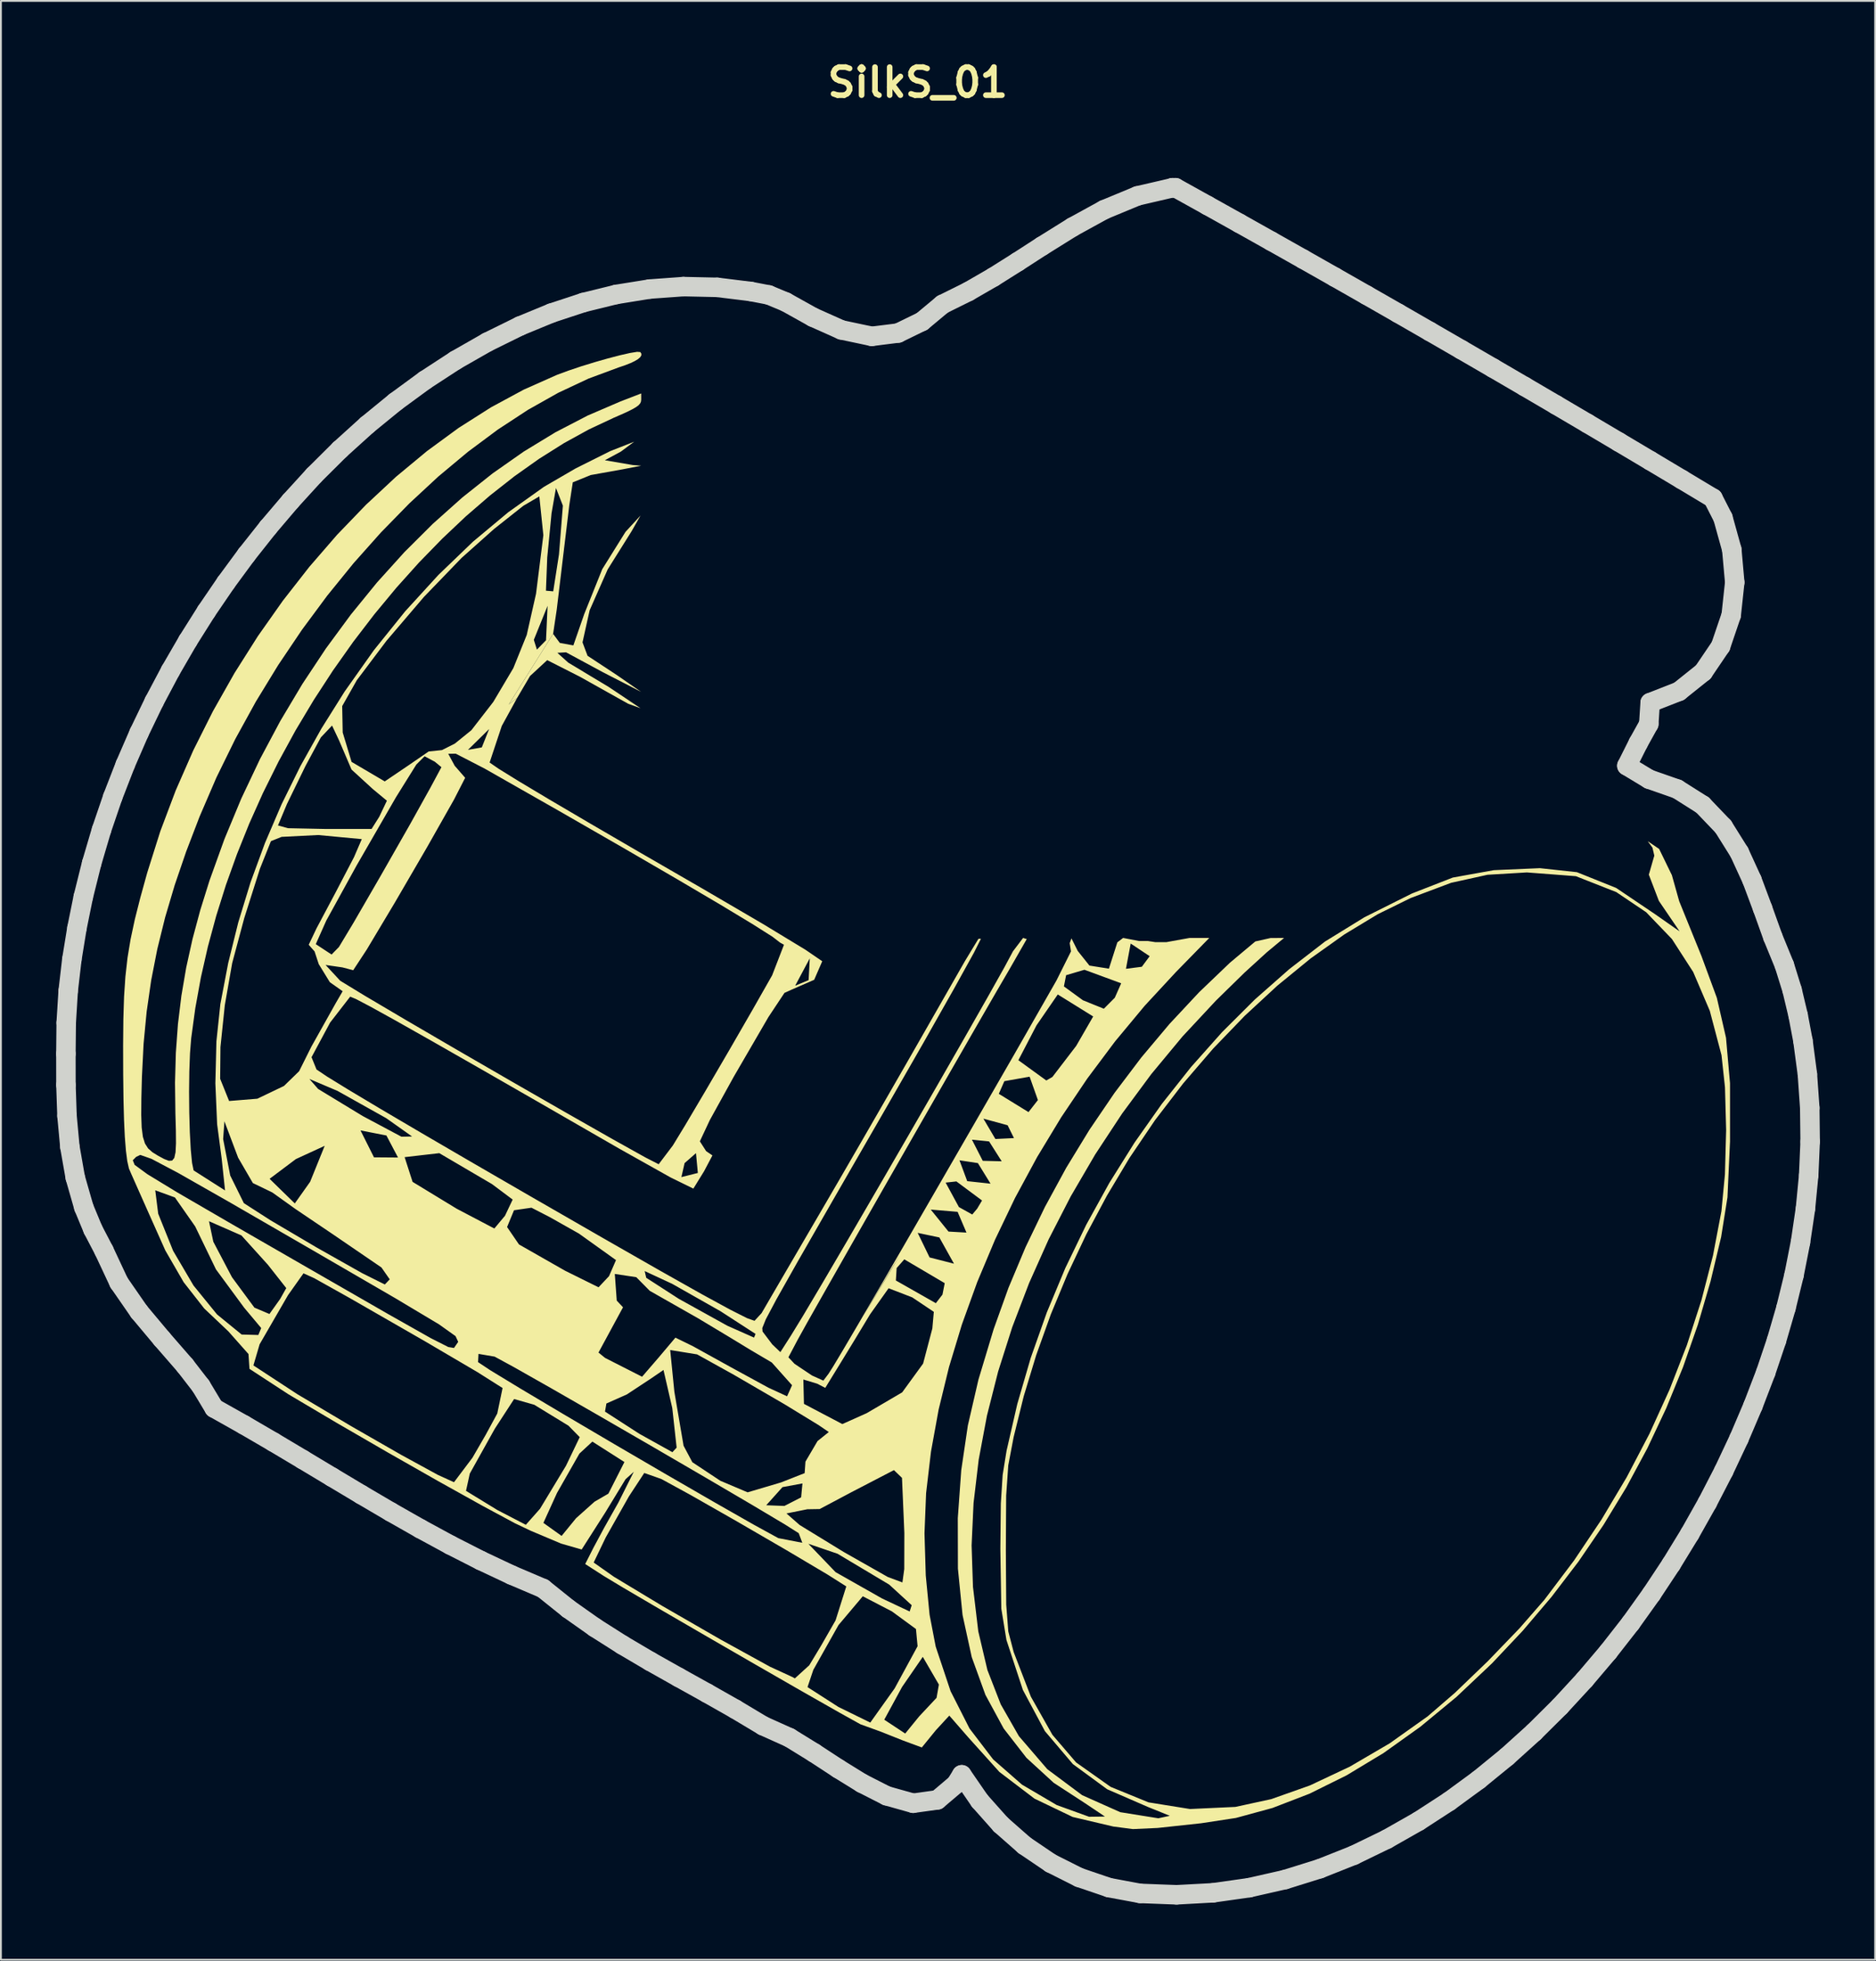
<source format=kicad_pcb>
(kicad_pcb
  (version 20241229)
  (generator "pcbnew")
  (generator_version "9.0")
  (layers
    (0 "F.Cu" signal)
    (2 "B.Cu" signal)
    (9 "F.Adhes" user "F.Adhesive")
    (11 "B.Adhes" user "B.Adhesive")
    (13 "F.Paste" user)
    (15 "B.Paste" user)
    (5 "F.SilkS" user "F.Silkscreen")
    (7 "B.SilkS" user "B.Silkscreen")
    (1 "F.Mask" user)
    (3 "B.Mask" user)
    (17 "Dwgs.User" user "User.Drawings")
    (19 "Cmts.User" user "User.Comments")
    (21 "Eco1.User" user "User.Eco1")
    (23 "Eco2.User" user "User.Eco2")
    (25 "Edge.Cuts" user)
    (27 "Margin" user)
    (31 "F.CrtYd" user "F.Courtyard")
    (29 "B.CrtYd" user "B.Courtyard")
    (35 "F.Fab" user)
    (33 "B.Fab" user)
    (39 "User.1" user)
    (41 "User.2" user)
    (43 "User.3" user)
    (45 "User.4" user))
  (footprint "SilkS_01"
    (layer "F.Cu")
    (at 46.789 52.149)
    (property "Reference" "SilkS_01" (at 0 -50.722 0) (layer "F.SilkS") (effects (font (size 1.524 1.524) (thickness 0.305))))
    (attr smd)
    (fp_poly (pts (xy 10.623 43.964) (xy 17.25 42.899) (xy 19.197 42.476) (xy 21.298 41.733) (xy 23.47 40.71) (xy 25.63 39.447) (xy 27.693 37.982) (xy 29.174 36.704) (xy 30.945 35.002) (xy 32.675 33.208) (xy 34.029 31.657) (xy 35.643 29.518) (xy 37.137 27.292) (xy 38.504 24.995) (xy 39.736 22.641) (xy 40.828 20.246) (xy 41.771 17.825) (xy 42.56 15.393) (xy 43.187 12.965) (xy 43.646 10.556) (xy 43.837 8.554) (xy 43.902 6.149) (xy 43.839 3.83) (xy 43.65 2.084) (xy 43.015 -0.321) (xy 42.113 -2.429) (xy 40.957 -4.22) (xy 39.561 -5.673) (xy 37.937 -6.767) (xy 35.744 -7.63) (xy 33.079 -7.835) (xy 30.944 -7.707) (xy 28.968 -7.272) (xy 26.773 -6.446) (xy 24.984 -5.567) (xy 23.166 -4.467) (xy 21.341 -3.168) (xy 19.532 -1.689) (xy 17.76 -0.052) (xy 16.048 1.724) (xy 14.418 3.618) (xy 12.891 5.609) (xy 11.491 7.678) (xy 10.276 9.71) (xy 9.155 11.811) (xy 8.137 13.967) (xy 7.226 16.161) (xy 6.431 18.379) (xy 5.756 20.604) (xy 5.208 22.822) (xy 4.916 24.355) (xy 4.803 25.995) (xy 4.786 28.951) (xy 4.806 31.917) (xy 4.917 33.369) (xy 5.21 34.489) (xy 6.145 36.916) (xy 7.314 38.984) (xy 8.6 40.483) (xy 10.474 41.809) (xy 12.532 42.651) (xy 14.786 43.013) (xy 17.25 42.899) (xy 17.25 42.899) (xy 10.623 43.964) (xy 8.413 43.444) (xy 6.338 42.448) (xy 4.436 41.001) (xy 1.022 36.977) (xy 1.149 36.257) (xy 0.275 34.752) (xy -0.849 36.383) (xy -1.818 38.164) (xy -0.68 38.915) (xy 0.078 37.984) (xy 1.022 36.977) (xy 4.436 41.001) (xy 2.75 39.129) (xy -0.008 34.174) (xy -0.096 33.24) (xy -1.405 32.282) (xy -2.984 31.463) (xy -4.301 33.024) (xy -5.67 35.457) (xy -5.985 36.394) (xy -4.308 37.471) (xy -2.577 38.32) (xy -1.252 36.461) (xy -0.008 34.174) (xy 2.75 39.129) (xy -0.328 31.947) (xy -1.548 30.83) (xy -4.351 29.156) (xy -5.94 28.613) (xy -4.462 30.152) (xy -1.94 31.581) (xy -0.438 32.289) (xy -0.328 31.947) (xy 2.75 39.129) (xy -0.832 30.712) (xy -0.732 29.985) (xy -0.727 28.026) (xy -0.855 25.035) (xy -1.292 24.614) (xy -3.598 25.811) (xy -5.325 26.728) (xy -5.997 26.739) (xy -7.129 26.966) (xy -6.411 27.595) (xy -4.018 29.059) (xy -1.627 30.415) (xy -0.832 30.712) (xy 2.75 39.129) (xy 1.715 37.941) (xy 0.984 38.735) (xy 0.222 39.671) (xy -0.828 39.283) (xy -2.007 38.813) (xy -10.713 33.807) (xy -8.027 35.285) (xy -6.811 35.845) (xy -6.673 35.921) (xy -5.89 35.208) (xy -5.242 34.133) (xy -4.462 32.772) (xy -3.88 30.928) (xy -4.895 30.285) (xy -7.115 28.968) (xy -9.832 27.391) (xy -12.338 25.963) (xy -13.924 25.096) (xy -14.851 24.769) (xy -15.681 26.034) (xy -16.945 28.271) (xy -17.598 29.631) (xy -16.499 30.404) (xy -13.871 31.988) (xy -10.713 33.807) (xy -2.007 38.813) (xy -3.109 38.414) (xy -4.254 37.777) (xy -6.282 36.624) (xy -8.83 35.16) (xy -11.539 33.595) (xy -14.05 32.137) (xy -16.001 30.993) (xy -17.032 30.372) (xy -18.058 29.712) (xy -17.616 28.838) (xy -17.034 27.754) (xy -16.257 26.374) (xy -15.42 24.705) (xy -16.486 23.198) (xy -13.649 24.853) (xy -11.017 26.373) (xy -8.892 27.583) (xy -7.572 28.306) (xy -6.268 28.559) (xy -6.463 28.038) (xy -7.206 27.568) (xy -8.993 26.503) (xy -11.491 25.037) (xy -14.366 23.363) (xy -17.286 21.674) (xy -19.916 20.163) (xy -21.925 19.025) (xy -22.979 18.452) (xy -23.853 18.304) (xy -23.878 18.751) (xy -23.224 19.185) (xy -21.574 20.188) (xy -19.227 21.584) (xy -16.486 23.198) (xy -15.42 24.705) (xy -16.8 25.892) (xy -15.929 24.175) (xy -17.669 23.066) (xy -18.372 23.716) (xy -19.591 25.855) (xy -20.329 27.479) (xy -19.34 28.186) (xy -18.555 27.225) (xy -17.551 26.328) (xy -16.8 25.892) (xy -15.42 24.705) (xy -15.867 25.108) (xy -16.973 26.922) (xy -18.251 28.924) (xy -21.283 27.583) (xy -20.513 26.713) (xy -19.1 24.374) (xy -18.356 22.824) (xy -18.967 22.202) (xy -20.825 21.066) (xy -21.919 20.755) (xy -22.968 22.368) (xy -24.326 24.802) (xy -24.532 25.739) (xy -22.832 26.779) (xy -21.283 27.583) (xy -18.251 28.924) (xy -19.371 28.601) (xy -21.019 27.905) (xy -30.73 22.249) (xy -28.046 23.788) (xy -26.055 24.875) (xy -25.184 25.271) (xy -24.182 23.942) (xy -23.467 22.706) (xy -22.834 21.541) (xy -22.546 20.157) (xy -23.907 19.296) (xy -26.777 17.61) (xy -30.831 15.281) (xy -32.77 14.196) (xy -33.357 13.93) (xy -34.196 15.113) (xy -35.74 17.782) (xy -36.077 18.93) (xy -33.681 20.498) (xy -30.73 22.249) (xy -21.019 27.905) (xy -21.87 27.501) (xy -23.631 26.554) (xy -26.024 25.222) (xy -28.765 23.663) (xy -31.576 22.036) (xy -34.173 20.498) (xy -36.29 19.116) (xy -35.653 16.901) (xy -36.578 15.798) (xy -38.111 13.716) (xy -39.24 11.383) (xy -40.339 9.812) (xy -41.407 9.422) (xy -41.249 10.691) (xy -40.436 12.711) (xy -39.33 14.592) (xy -38.05 16.164) (xy -36.715 17.253) (xy -35.81 17.278) (xy -35.81 17.278) (xy -35.653 16.901) (xy -36.29 19.116) (xy -35.207 16.138) (xy -34.624 15.32) (xy -34.293 14.732) (xy -35.292 13.463) (xy -36.727 11.873) (xy -38.489 11.101) (xy -38.255 12.214) (xy -37.242 14.14) (xy -36.022 15.793) (xy -35.207 16.138) (xy -36.29 19.116) (xy -36.345 18.312) (xy -37.44 17.077) (xy -38.75 15.837) (xy -39.865 14.412) (xy -42.528 8.04) (xy -41.833 8.55) (xy -40.234 9.523) (xy -37.417 11.16) (xy -33.074 13.661) (xy -28.734 16.157) (xy -26.442 17.451) (xy -25.494 17.931) (xy -25.184 17.982) (xy -24.956 17.651) (xy -25.1 17.339) (xy -26.002 16.697) (xy -28.373 15.28) (xy -32.922 12.641) (xy -37.419 10.042) (xy -40.165 8.48) (xy -41.614 7.714) (xy -42.221 7.502) (xy -42.442 7.605) (xy -42.627 7.792) (xy -42.528 8.04) (xy -39.865 14.412) (xy -40.86 12.69) (xy -41.809 10.563) (xy -42.729 8.492) (xy -42.836 8.242) (xy -42.927 7.839) (xy -43.001 7.272) (xy -43.06 6.529) (xy -10.718 25.193) (xy -9.238 25.82) (xy -7.417 25.28) (xy -6.142 24.778) (xy -6.097 24.152) (xy -5.441 23.036) (xy -4.83 22.546) (xy -5.386 22.168) (xy -7.229 21.042) (xy -9.991 19.436) (xy -11.982 18.331) (xy -13.443 18.094) (xy -13.216 20.363) (xy -12.717 23.289) (xy -12.24 24.185) (xy -10.718 25.193) (xy -43.06 6.529) (xy -15.118 22.642) (xy -13.323 23.64) (xy -13.093 23.392) (xy -13.33 21.246) (xy -13.807 19.177) (xy -14.466 19.628) (xy -15.795 20.504) (xy -16.908 20.998) (xy -16.984 21.436) (xy -15.118 22.642) (xy -43.06 6.529) (xy -35.144 11.053) (xy -32.614 12.544) (xy -30.161 13.927) (xy -28.939 14.536) (xy -28.674 14.257) (xy -29.124 13.612) (xy -31.756 11.814) (xy -33.776 10.451) (xy -35.052 9.539) (xy -36.106 9.03) (xy -36.908 7.65) (xy -37.652 5.677) (xy -37.721 6.642) (xy -37.337 8.619) (xy -36.595 10.121) (xy -35.144 11.053) (xy -43.06 6.529) (xy -43.104 5.598) (xy -43.133 4.469) (xy -43.149 3.128) (xy -43.153 1.564) (xy -43.14 0.139) (xy -43.102 -1.09) (xy -43.029 -2.184) (xy -42.913 -3.207) (xy -42.745 -4.219) (xy -42.517 -5.284) (xy -42.219 -6.463) (xy -41.844 -7.819) (xy -41.134 -10.067) (xy -40.297 -12.285) (xy -39.341 -14.463) (xy -38.273 -16.591) (xy -37.102 -18.661) (xy -35.834 -20.663) (xy -34.478 -22.586) (xy -33.042 -24.423) (xy -31.534 -26.164) (xy -29.96 -27.798) (xy -28.33 -29.317) (xy -26.65 -30.71) (xy -24.929 -31.97) (xy -23.174 -33.085) (xy -21.393 -34.047) (xy -19.594 -34.847) (xy -18.977 -35.075) (xy -18.277 -35.31) (xy -17.543 -35.536) (xy -16.824 -35.741) (xy -16.168 -35.912) (xy -15.623 -36.036) (xy -15.24 -36.098) (xy -15.065 -36.086) (xy -15.009 -35.997) (xy -15.011 -35.903) (xy -15.073 -35.805) (xy -15.192 -35.702) (xy -15.371 -35.594) (xy -15.607 -35.483) (xy -15.9 -35.367) (xy -16.252 -35.248) (xy -17.879 -34.645) (xy -19.519 -33.876) (xy -21.163 -32.951) (xy -22.803 -31.878) (xy -24.43 -30.667) (xy -26.036 -29.327) (xy -27.611 -27.867) (xy -29.147 -26.296) (xy -30.636 -24.625) (xy -32.068 -22.861) (xy -33.436 -21.014) (xy -34.73 -19.094) (xy -35.943 -17.11) (xy -37.064 -15.071) (xy -38.087 -12.986) (xy -39.001 -10.864) (xy -39.73 -8.964) (xy -40.351 -7.149) (xy -40.871 -5.396) (xy -41.295 -3.681) (xy -41.628 -1.982) (xy -41.875 -0.275) (xy -42.041 1.465) (xy -42.132 3.26) (xy -42.162 4.427) (xy -42.169 5.332) (xy -42.145 6.016) (xy -42.08 6.519) (xy -41.966 6.883) (xy -41.796 7.149) (xy -41.561 7.357) (xy -41.251 7.548) (xy -40.919 7.726) (xy -40.669 7.822) (xy -40.49 7.809) (xy -40.373 7.663) (xy -40.307 7.36) (xy -40.282 6.874) (xy -40.288 6.18) (xy -40.314 5.254) (xy -40.335 3.578) (xy -40.29 1.965) (xy -40.175 0.398) (xy -39.988 -1.142) (xy -39.726 -2.673) (xy -39.386 -4.212) (xy -38.966 -5.778) (xy -38.463 -7.389) (xy -37.651 -9.643) (xy -36.735 -11.846) (xy -35.72 -13.988) (xy -34.612 -16.065) (xy -33.416 -18.069) (xy -32.139 -19.994) (xy -30.786 -21.832) (xy -29.363 -23.578) (xy -27.876 -25.224) (xy -26.329 -26.765) (xy -24.73 -28.192) (xy -23.084 -29.5) (xy -21.396 -30.683) (xy -19.672 -31.732) (xy -17.918 -32.642) (xy -16.139 -33.406) (xy -15.999 -33.46) (xy -15.859 -33.514) (xy -15.719 -33.568) (xy -15.579 -33.622) (xy -15.439 -33.676) (xy -15.299 -33.73) (xy -15.158 -33.784) (xy -15.018 -33.838) (xy -15.018 -33.795) (xy -15.018 -33.752) (xy -15.018 -33.709) (xy -15.018 -33.667) (xy -15.018 -33.624) (xy -15.018 -33.581) (xy -15.018 -33.539) (xy -15.018 -33.496) (xy -15.031 -33.393) (xy -15.075 -33.297) (xy -15.159 -33.201) (xy -15.294 -33.099) (xy -15.488 -32.986) (xy -15.751 -32.854) (xy -16.092 -32.699) (xy -16.52 -32.513) (xy -17.865 -31.882) (xy -19.213 -31.14) (xy -20.56 -30.292) (xy -21.9 -29.343) (xy -23.228 -28.299) (xy -24.54 -27.166) (xy -25.828 -25.949) (xy -27.089 -24.654) (xy -28.318 -23.285) (xy -29.508 -21.85) (xy -30.656 -20.353) (xy -31.755 -18.8) (xy -32.8 -17.196) (xy -33.787 -15.548) (xy -34.709 -13.86) (xy -35.563 -12.138) (xy -36.303 -10.486) (xy -36.972 -8.822) (xy -37.571 -7.151) (xy -38.097 -5.477) (xy -38.55 -3.804) (xy -38.929 -2.136) (xy -39.231 -0.477) (xy -39.456 1.169) (xy -39.52 1.972) (xy -39.558 2.968) (xy -39.571 4.073) (xy -39.561 5.204) (xy -39.53 6.279) (xy -39.479 7.216) (xy -39.41 7.931) (xy -39.324 8.343) (xy -37.618 9.43) (xy -37.883 3.369) (xy -37.397 4.575) (xy -35.863 4.45) (xy -34.419 3.759) (xy -33.595 2.958) (xy -32.928 1.621) (xy -31.602 -0.745) (xy -31.23 -1.385) (xy -31.926 -1.875) (xy -32.529 -2.856) (xy -32.755 -3.545) (xy -33.074 -3.907) (xy -32.65 -4.798) (xy -31.632 -6.713) (xy -30.614 -8.664) (xy -30.191 -9.643) (xy -32.56 -9.865) (xy -34.547 -9.765) (xy -35.126 -9.532) (xy -35.723 -8.037) (xy -36.572 -5.364) (xy -37.23 -2.912) (xy -37.63 -0.631) (xy -37.867 1.648) (xy -37.883 3.369) (xy -37.618 9.43) (xy -37.8 7.703) (xy -38.047 5.837) (xy -33.037 3.378) (xy -32.562 3.921) (xy -30.145 5.389) (xy -28.038 6.513) (xy -27.46 6.501) (xy -28.863 5.508) (xy -31.505 4.029) (xy -33.037 3.378) (xy -38.047 5.837) (xy -38.143 3.612) (xy -35.198 8.799) (xy -33.83 10.136) (xy -32.997 8.961) (xy -32.206 7.008) (xy -33.77 7.727) (xy -35.198 8.799) (xy -38.143 3.612) (xy -38.086 1.335) (xy -37.872 -0.686) (xy -37.444 -2.924) (xy -36.898 -5.126) (xy -36.234 -7.294) (xy -34.256 -11.548) (xy -34.743 -10.385) (xy -34.197 -10.236) (xy -32.201 -10.195) (xy -29.66 -10.195) (xy -29.243 -10.856) (xy -29.243 -10.856) (xy -28.828 -11.728) (xy -29.591 -12.36) (xy -30.748 -13.419) (xy -31.422 -14.994) (xy -31.806 -15.809) (xy -32.415 -15.164) (xy -33.252 -13.609) (xy -34.256 -11.548) (xy -36.234 -7.294) (xy -35.451 -9.428) (xy -34.549 -11.531) (xy -33.527 -13.602) (xy -30.461 -18.271) (xy -31.255 -16.866) (xy -31.228 -15.432) (xy -30.746 -13.836) (xy -28.945 -12.776) (xy -27.62 -13.672) (xy -26.56 -14.401) (xy -25.836 -14.477) (xy -25.138 -14.829) (xy -24.241 -15.555) (xy -23.052 -17.089) (xy -21.961 -18.927) (xy -21.234 -20.727) (xy -20.728 -22.969) (xy -20.331 -26.144) (xy -20.55 -28.25) (xy -21.42 -27.739) (xy -23.005 -26.484) (xy -24.773 -24.909) (xy -26.817 -22.792) (xy -28.848 -20.413) (xy -30.461 -18.271) (xy -33.527 -13.602) (xy -32.385 -15.644) (xy -31.122 -17.657) (xy -29.535 -19.899) (xy -27.829 -22.018) (xy -26.027 -23.989) (xy -24.155 -25.789) (xy -22.235 -27.391) (xy -20.292 -28.773) (xy -19.646 -28.705) (xy -19.886 -27.337) (xy -20.12 -24.935) (xy -20.19 -23.13) (xy -19.795 -23.095) (xy -19.482 -25.102) (xy -19.271 -27.748) (xy -19.646 -28.705) (xy -20.292 -28.773) (xy -18.575 -29.77) (xy -16.7 -30.707) (xy -15.398 -31.219) (xy -16.118 -30.684) (xy -16.991 -30.212) (xy -15.473 -29.952) (xy -15.018 -29.915) (xy -16.046 -29.716) (xy -17.756 -29.409) (xy -18.733 -29.013) (xy -20.186 -20.438) (xy -20.101 -22.31) (xy -20.849 -20.461) (xy -20.681 -19.932) (xy -20.186 -20.438) (xy -18.733 -29.013) (xy -18.924 -27.763) (xy -19.262 -24.956) (xy -19.603 -22.116) (xy -19.801 -20.786) (xy -25.087 -14.281) (xy -25.497 -14.276) (xy -25.146 -13.626) (xy -24.577 -12.972) (xy -25.184 -11.788) (xy -26.64 -9.215) (xy -28.401 -6.19) (xy -29.921 -3.648) (xy -30.657 -2.526) (xy -31.241 -2.678) (xy -32.158 -2.811) (xy -31.362 -1.953) (xy -30.006 -1.127) (xy -27.779 0.188) (xy -25.003 1.807) (xy -21.997 3.545) (xy -19.08 5.219) (xy -16.573 6.644) (xy -14.796 7.635) (xy -14.069 8.008) (xy -13.298 6.988) (xy -12.62 5.874) (xy -11.524 4.021) (xy -10.229 1.803) (xy -8.951 -0.412) (xy -7.906 -2.25) (xy -7.264 -3.908) (xy -7.479 -4.028) (xy -7.88 -4.338) (xy -8.974 -5.032) (xy -10.719 -6.085) (xy -13.074 -7.473) (xy -16 -9.173) (xy -19.455 -11.159) (xy -23.519 -13.472) (xy -25.087 -14.281) (xy -19.801 -20.786) (xy -23.674 -14.622) (xy -23.276 -15.62) (xy -24.425 -14.489) (xy -23.674 -14.622) (xy -19.801 -20.786) (xy -19.438 -20.295) (xy -18.702 -20.16) (xy -18.108 -21.87) (xy -17.133 -24.298) (xy -15.87 -26.323) (xy -15.052 -27.213) (xy -15.542 -26.354) (xy -16.837 -24.287) (xy -17.817 -22.068) (xy -18.205 -20.324) (xy -17.931 -19.597) (xy -16.346 -18.553) (xy -15.018 -17.634) (xy -17.103 -18.707) (xy -19.099 -19.785) (xy -19.57 -19.756) (xy -18.98 -19.226) (xy -16.775 -17.899) (xy -15.054 -16.749) (xy -15.725 -16.992) (xy -18.35 -18.461) (xy -20.122 -19.36) (xy -21.055 -18.497) (xy -21.757 -17.304) (xy -26.225 -13.845) (xy -26.78 -14.14) (xy -27.229 -13.692) (xy -28.329 -11.927) (xy -30.475 -8.208) (xy -32.12 -5.22) (xy -32.69 -3.941) (xy -31.832 -3.377) (xy -31.434 -3.784) (xy -30.642 -5.101) (xy -29.16 -7.661) (xy -27.572 -10.446) (xy -26.462 -12.441) (xy -25.867 -13.549) (xy -26.225 -13.845) (xy -21.757 -17.304) (xy -22.59 -15.786) (xy -23.25 -13.801) (xy -22.76 -13.463) (xy -21.687 -12.799) (xy -5.863 -3.17) (xy -6.656 -1.684) (xy -5.925 -1.987) (xy -5.863 -3.17) (xy -21.687 -12.799) (xy -20.038 -11.813) (xy -17.816 -10.507) (xy -15.029 -8.885) (xy -11.68 -6.951) (xy -8.426 -5.049) (xy -6.093 -3.634) (xy -12.661 7.947) (xy -12.835 8.706) (xy -11.941 8.482) (xy -12.042 7.405) (xy -12.661 7.947) (xy -6.093 -3.634) (xy -5.186 -3.013) (xy -5.624 -2.005) (xy -6.856 -1.467) (xy -7.237 -1.295) (xy -8.105 0.012) (xy -9.99 3.255) (xy -11.291 5.61) (xy -11.832 6.764) (xy -11.491 7.297) (xy -11.149 7.529) (xy -11.605 8.391) (xy -12.185 9.331) (xy -13.417 8.727) (xy -16.206 7.163) (xy -20.424 4.734) (xy -23.814 2.788) (xy -26.447 1.285) (xy -28.393 0.186) (xy -29.724 -0.55) (xy -30.51 -0.962) (xy -30.821 -1.091) (xy -31.912 0.317) (xy -32.921 2.197) (xy -32.65 2.864) (xy -25.983 7.406) (xy -27.865 7.623) (xy -27.433 8.965) (xy -25.035 10.424) (xy -22.993 11.497) (xy -22.415 10.805) (xy -21.998 9.926) (xy -23.121 9.085) (xy -25.983 7.406) (xy -32.65 2.864) (xy -32.083 3.244) (xy -18.396 11.774) (xy -19.983 10.879) (xy -20.977 10.367) (xy -21.925 10.506) (xy -22.301 11.417) (xy -21.656 12.361) (xy -19.147 13.791) (xy -17.334 14.688) (xy -16.765 14.084) (xy -16.386 13.212) (xy -18.396 11.774) (xy -32.083 3.244) (xy -30.929 3.954) (xy -13.336 14.5) (xy -14.829 13.807) (xy -14.744 14.173) (xy -12.978 15.313) (xy -10.334 16.778) (xy -8.889 17.419) (xy -8.808 17.219) (xy -10.707 15.99) (xy -13.336 14.5) (xy -30.929 3.954) (xy -29.221 4.975) (xy -26.99 6.288) (xy -28.224 7.643) (xy -28.854 6.447) (xy -30.261 6.172) (xy -29.529 7.633) (xy -28.224 7.643) (xy -28.224 7.643) (xy -26.99 6.288) (xy -24.269 7.874) (xy -21.087 9.716) (xy -10.279 17.361) (xy -11.948 16.36) (xy -14.553 14.88) (xy -15.285 14.14) (xy -16.451 13.963) (xy -16.346 15.411) (xy -16.005 15.774) (xy -16.671 17.003) (xy -17.337 18.232) (xy -16.976 18.524) (xy -14.97 19.544) (xy -14.053 18.481) (xy -13.159 17.422) (xy -12.203 17.89) (xy -10.169 19.015) (xy -8.111 20.138) (xy -7.096 20.606) (xy -6.825 20.005) (xy -7.925 18.771) (xy -9.07 18.096) (xy -10.279 17.361) (xy -21.087 9.716) (xy -17.078 12.023) (xy -13.991 13.787) (xy -11.726 15.062) (xy -10.183 15.903) (xy -5.461 19.922) (xy -6.211 19.695) (xy -6.18 21.017) (xy -4.094 22.114) (xy -2.771 21.522) (xy -0.845 20.393) (xy 0.292 18.83) (xy 0.793 16.925) (xy 0.874 16.021) (xy -0.3 15.235) (xy -1.582 14.74) (xy -2.588 16.156) (xy -3.395 17.492) (xy -4.207 18.822) (xy -5.022 20.149) (xy -5.461 19.922) (xy -10.183 15.903) (xy -9.262 16.367) (xy -8.864 16.508) (xy -8.48 16.091) (xy -7.964 15.205) (xy -6.843 13.284) (xy -5.36 10.743) (xy -4.306 8.933) (xy -3.109 6.867) (xy -1.866 4.712) (xy -0.672 2.636) (xy 0.376 0.805) (xy 2.561 -3.017) (xy 3.295 -4.228) (xy 3.433 -4.236) (xy 3.056 -3.484) (xy 1.961 -1.505) (xy 0.317 1.401) (xy -1.707 4.931) (xy -4.59 9.933) (xy -6.516 13.289) (xy -7.674 15.341) (xy -8.253 16.431) (xy -8.441 16.9) (xy -8.427 17.09) (xy -7.9 17.787) (xy -7.46 18.208) (xy -6.892 17.32) (xy -6.242 16.258) (xy -5.181 14.471) (xy -3.817 12.145) (xy -2.257 9.466) (xy -0.609 6.622) (xy 1.019 3.799) (xy 2.519 1.183) (xy 3.784 -1.039) (xy 4.705 -2.681) (xy 5.175 -3.557) (xy 5.722 -4.278) (xy 5.92 -4.216) (xy 4.986 -2.585) (xy 4.268 -1.354) (xy 3.078 0.708) (xy 1.558 3.352) (xy -0.149 6.33) (xy -1.901 9.393) (xy -3.556 12.294) (xy -4.972 14.784) (xy -6.008 16.614) (xy -6.52 17.537) (xy -7.023 18.489) (xy -6.688 18.845) (xy -5.74 19.478) (xy -5.126 19.755) (xy -4.845 19.384) (xy -1.145 13.645) (xy -1.187 14.319) (xy 0.983 15.551) (xy 1.343 15.085) (xy 1.466 14.464) (xy -0.729 13.171) (xy -1.145 13.645) (xy -4.845 19.384) (xy -4.598 18.996) (xy -0.002 11.734) (xy 0.644 13.067) (xy 1.968 13.407) (xy 1.174 11.982) (xy -0.002 11.734) (xy -4.598 18.996) (xy 0.707 10.469) (xy 1.671 11.663) (xy 2.647 11.719) (xy 2.165 10.592) (xy 0.707 10.469) (xy -4.598 18.996) (xy 1.515 9.005) (xy 2.236 10.333) (xy 2.961 10.737) (xy 3.227 10.42) (xy 3.492 9.976) (xy 2.1 8.941) (xy 1.515 9.005) (xy -4.598 18.996) (xy 3.566 5.533) (xy 4.218 6.638) (xy 5.226 6.588) (xy 4.88 5.89) (xy 3.566 5.533) (xy -4.598 18.996) (xy 4.704 3.498) (xy 4.403 4.185) (xy 6.016 5.177) (xy 6.526 4.523) (xy 6.076 3.255) (xy 4.704 3.498) (xy -4.598 18.996) (xy -4.064 18.105) (xy 6.45 0.468) (xy 5.465 2.36) (xy 6.983 3.461) (xy 7.312 3.271) (xy 8.607 1.581) (xy 9.528 -0.015) (xy 7.605 -1.209) (xy 6.45 0.468) (xy -4.064 18.105) (xy 8.059 -2.256) (xy 7.938 -1.647) (xy 8.972 -0.894) (xy 10.108 -0.435) (xy 10.702 -1.032) (xy 11.049 -1.816) (xy 9.053 -2.55) (xy 8.059 -2.256) (xy -4.064 18.105) (xy -3.243 16.709) (xy 2.944 6.675) (xy 3.531 7.822) (xy 4.561 7.849) (xy 3.875 6.768) (xy 2.944 6.675) (xy -3.243 16.709) (xy -2.132 14.804) (xy 2.267 7.795) (xy 2.688 8.926) (xy 3.954 9.063) (xy 3.267 7.946) (xy 2.267 7.795) (xy -2.132 14.804) (xy -0.73 12.389) (xy 0.964 9.46) (xy 2.953 6.016) (xy 5.237 2.052) (xy 7.534 -1.968) (xy 8.323 -3.549) (xy 8.253 -3.994) (xy 8.348 -4.255) (xy 8.688 -3.575) (xy 9.324 -2.778) (xy 10.382 -2.609) (xy 11.565 -3.974) (xy 11.308 -2.602) (xy 12.17 -2.713) (xy 12.596 -3.287) (xy 11.565 -3.974) (xy 10.382 -2.609) (xy 10.84 -4.039) (xy 11.154 -4.278) (xy 12.015 -4.112) (xy 12.491 -4.112) (xy 12.899 -4.05) (xy 13.506 -4.05) (xy 14.764 -4.278) (xy 15.833 -4.278) (xy 14.015 -2.419) (xy 12.323 -0.592) (xy 10.718 1.338) (xy 9.205 3.36) (xy 7.791 5.46) (xy 6.48 7.626) (xy 5.28 9.846) (xy 4.196 12.109) (xy 3.233 14.4) (xy 2.398 16.709) (xy 1.697 19.022) (xy -6.332 26.093) (xy -6.26 25.337) (xy -7.345 25.538) (xy -8.227 26.521) (xy -7.241 26.559) (xy -6.332 26.093) (xy 1.697 19.022) (xy 1.135 21.328) (xy 0.719 23.614) (xy 0.454 25.867) (xy 0.367 28.043) (xy 0.436 30.332) (xy 0.644 32.47) (xy 0.976 34.196) (xy 1.785 36.617) (xy 2.813 38.642) (xy 4.094 40.318) (xy 5.661 41.688) (xy 7.55 42.798) (xy 9.304 43.433) (xy 10.167 43.422) (xy 9.109 42.713) (xy 7.384 41.59) (xy 5.903 40.232) (xy 4.667 38.641) (xy 3.677 36.818) (xy 2.932 34.763) (xy 2.434 32.478) (xy 2.182 29.962) (xy 2.176 27.218) (xy 2.363 24.62) (xy 2.723 22.186) (xy 3.296 19.705) (xy 4.122 16.964) (xy 4.926 14.723) (xy 5.856 12.509) (xy 6.905 10.331) (xy 8.064 8.202) (xy 9.328 6.133) (xy 10.688 4.134) (xy 12.138 2.217) (xy 13.671 0.393) (xy 15.278 -1.327) (xy 16.954 -2.932) (xy 18.333 -4.087) (xy 19.166 -4.275) (xy 19.894 -4.277) (xy 18.948 -3.49) (xy 17.748 -2.396) (xy 16.192 -0.873) (xy 14.382 1.068) (xy 12.683 3.115) (xy 11.101 5.255) (xy 9.64 7.473) (xy 8.307 9.756) (xy 7.107 12.091) (xy 6.047 14.462) (xy 5.131 16.857) (xy 4.366 19.262) (xy 3.758 21.662) (xy 3.311 24.045) (xy 3.032 26.396) (xy 2.926 28.702) (xy 3 30.948) (xy 3.288 33.364) (xy 3.783 35.464) (xy 4.509 37.332) (xy 5.494 39.056) (xy 7.035 40.849) (xy 8.929 42.261) (xy 10.999 43.185) (xy 13.065 43.516) (xy 13.689 43.381) (xy 12.52 42.909) (xy 10.291 41.941) (xy 8.426 40.574) (xy 6.906 38.784) (xy 5.71 36.547) (xy 4.818 33.837) (xy 4.539 32.135) (xy 4.487 28.875) (xy 4.513 26.424) (xy 4.611 24.88) (xy 4.825 23.557) (xy 5.408 21.021) (xy 6.138 18.517) (xy 7.009 16.056) (xy 8.014 13.647) (xy 9.148 11.3) (xy 10.404 9.024) (xy 11.777 6.83) (xy 13.26 4.727) (xy 14.848 2.724) (xy 16.533 0.832) (xy 18.311 -0.939) (xy 20.174 -2.581) (xy 22.118 -4.083) (xy 24.263 -5.403) (xy 26.837 -6.69) (xy 29.058 -7.556) (xy 31.283 -7.957) (xy 33.788 -8.066) (xy 35.797 -7.848) (xy 37.929 -6.993) (xy 40.063 -5.554) (xy 41.376 -4.634) (xy 40.248 -6.291) (xy 39.704 -7.713) (xy 40.001 -8.748) (xy 39.9 -9.181) (xy 39.645 -9.529) (xy 40.263 -9.11) (xy 40.956 -7.686) (xy 41.354 -6.27) (xy 42.561 -3.297) (xy 43.398 -1.026) (xy 43.895 1.14) (xy 44.112 3.606) (xy 44.112 6.772) (xy 43.974 9.806) (xy 43.63 11.957) (xy 43.055 14.366) (xy 42.366 16.719) (xy 41.563 19.015) (xy 40.648 21.253) (xy 39.622 23.43) (xy 38.485 25.544) (xy 37.239 27.593) (xy 35.885 29.577) (xy 34.423 31.491) (xy 32.855 33.336) (xy 31.182 35.109) (xy 29.257 36.927) (xy 27.291 38.551) (xy 25.297 39.973) (xy 23.287 41.186) (xy 21.273 42.183) (xy 19.266 42.956) (xy 17.28 43.498) (xy 15.389 43.786) (xy 13.029 44.041) (xy 11.685 44.103) (xy 10.623 43.964) (xy 10.623 43.964)) (stroke (width 0) (type solid)) (fill yes) (layer "F.SilkS"))
    (fp_line (start -46.26 2.012) (end -46.258 3.7) (stroke (width 1.058) (type solid)) (layer "Edge.Cuts"))
    (fp_line (start -46.258 3.7) (end -46.2 5.387) (stroke (width 1.058) (type solid)) (layer "Edge.Cuts"))
    (fp_line (start -46.243 0.324) (end -46.26 2.012) (stroke (width 1.058) (type solid)) (layer "Edge.Cuts"))
    (fp_line (start -46.2 5.387) (end -46.044 7.067) (stroke (width 1.058) (type solid)) (layer "Edge.Cuts"))
    (fp_line (start -46.136 -1.398) (end -46.243 0.324) (stroke (width 1.058) (type solid)) (layer "Edge.Cuts"))
    (fp_line (start -46.044 7.067) (end -45.752 8.729) (stroke (width 1.058) (type solid)) (layer "Edge.Cuts"))
    (fp_line (start -45.937 -3.112) (end -46.136 -1.398) (stroke (width 1.058) (type solid)) (layer "Edge.Cuts"))
    (fp_line (start -45.752 8.729) (end -45.287 10.351) (stroke (width 1.058) (type solid)) (layer "Edge.Cuts"))
    (fp_line (start -45.66 -4.814) (end -45.937 -3.112) (stroke (width 1.058) (type solid)) (layer "Edge.Cuts"))
    (fp_line (start -45.317 -6.505) (end -45.66 -4.814) (stroke (width 1.058) (type solid)) (layer "Edge.Cuts"))
    (fp_line (start -45.287 10.351) (end -44.792 11.546) (stroke (width 1.058) (type solid)) (layer "Edge.Cuts"))
    (fp_line (start -44.861 -8.335) (end -45.317 -6.505) (stroke (width 1.058) (type solid)) (layer "Edge.Cuts"))
    (fp_line (start -44.792 11.546) (end -44.193 12.694) (stroke (width 1.058) (type solid)) (layer "Edge.Cuts"))
    (fp_line (start -44.327 -10.144) (end -44.861 -8.335) (stroke (width 1.058) (type solid)) (layer "Edge.Cuts"))
    (fp_line (start -44.193 12.694) (end -43.378 14.434) (stroke (width 1.058) (type solid)) (layer "Edge.Cuts"))
    (fp_line (start -43.718 -11.929) (end -44.327 -10.144) (stroke (width 1.058) (type solid)) (layer "Edge.Cuts"))
    (fp_line (start -43.378 14.434) (end -42.283 16.015) (stroke (width 1.058) (type solid)) (layer "Edge.Cuts"))
    (fp_line (start -43.036 -13.687) (end -43.718 -11.929) (stroke (width 1.058) (type solid)) (layer "Edge.Cuts"))
    (fp_line (start -42.285 -15.417) (end -43.036 -13.687) (stroke (width 1.058) (type solid)) (layer "Edge.Cuts"))
    (fp_line (start -42.283 16.015) (end -41.048 17.489) (stroke (width 1.058) (type solid)) (layer "Edge.Cuts"))
    (fp_line (start -41.466 -17.116) (end -42.285 -15.417) (stroke (width 1.058) (type solid)) (layer "Edge.Cuts"))
    (fp_line (start -41.048 17.489) (end -39.785 18.941) (stroke (width 1.058) (type solid)) (layer "Edge.Cuts"))
    (fp_line (start -40.583 -18.782) (end -41.466 -17.116) (stroke (width 1.058) (type solid)) (layer "Edge.Cuts"))
    (fp_line (start -39.785 18.941) (end -38.929 20.048) (stroke (width 1.058) (type solid)) (layer "Edge.Cuts"))
    (fp_line (start -39.637 -20.414) (end -40.583 -18.782) (stroke (width 1.058) (type solid)) (layer "Edge.Cuts"))
    (fp_line (start -38.929 20.048) (end -38.209 21.247) (stroke (width 1.058) (type solid)) (layer "Edge.Cuts"))
    (fp_line (start -38.632 -22.009) (end -39.637 -20.414) (stroke (width 1.058) (type solid)) (layer "Edge.Cuts"))
    (fp_line (start -38.209 21.247) (end -36.594 22.155) (stroke (width 1.058) (type solid)) (layer "Edge.Cuts"))
    (fp_line (start -37.569 -23.567) (end -38.632 -22.009) (stroke (width 1.058) (type solid)) (layer "Edge.Cuts"))
    (fp_line (start -36.594 22.155) (end -34.993 23.088) (stroke (width 1.058) (type solid)) (layer "Edge.Cuts"))
    (fp_line (start -36.451 -25.086) (end -37.569 -23.567) (stroke (width 1.058) (type solid)) (layer "Edge.Cuts"))
    (fp_line (start -35.28 -26.564) (end -36.451 -25.086) (stroke (width 1.058) (type solid)) (layer "Edge.Cuts"))
    (fp_line (start -34.993 23.088) (end -33.401 24.037) (stroke (width 1.058) (type solid)) (layer "Edge.Cuts"))
    (fp_line (start -34.058 -28.001) (end -35.28 -26.564) (stroke (width 1.058) (type solid)) (layer "Edge.Cuts"))
    (fp_line (start -33.401 24.037) (end -31.812 24.991) (stroke (width 1.058) (type solid)) (layer "Edge.Cuts"))
    (fp_line (start -32.787 -29.394) (end -34.058 -28.001) (stroke (width 1.058) (type solid)) (layer "Edge.Cuts"))
    (fp_line (start -31.812 24.991) (end -30.222 25.942) (stroke (width 1.058) (type solid)) (layer "Edge.Cuts"))
    (fp_line (start -31.378 -30.794) (end -32.787 -29.394) (stroke (width 1.058) (type solid)) (layer "Edge.Cuts"))
    (fp_line (start -30.222 25.942) (end -28.624 26.88) (stroke (width 1.058) (type solid)) (layer "Edge.Cuts"))
    (fp_line (start -29.905 -32.126) (end -31.378 -30.794) (stroke (width 1.058) (type solid)) (layer "Edge.Cuts"))
    (fp_line (start -28.624 26.88) (end -27.012 27.796) (stroke (width 1.058) (type solid)) (layer "Edge.Cuts"))
    (fp_line (start -28.367 -33.382) (end -29.905 -32.126) (stroke (width 1.058) (type solid)) (layer "Edge.Cuts"))
    (fp_line (start -27.012 27.796) (end -25.384 28.68) (stroke (width 1.058) (type solid)) (layer "Edge.Cuts"))
    (fp_line (start -26.765 -34.556) (end -28.367 -33.382) (stroke (width 1.058) (type solid)) (layer "Edge.Cuts"))
    (fp_line (start -25.384 28.68) (end -23.732 29.521) (stroke (width 1.058) (type solid)) (layer "Edge.Cuts"))
    (fp_line (start -25.101 -35.64) (end -26.765 -34.556) (stroke (width 1.058) (type solid)) (layer "Edge.Cuts"))
    (fp_line (start -23.732 29.521) (end -22.056 30.31) (stroke (width 1.058) (type solid)) (layer "Edge.Cuts"))
    (fp_line (start -23.376 -36.625) (end -25.101 -35.64) (stroke (width 1.058) (type solid)) (layer "Edge.Cuts"))
    (fp_line (start -22.056 30.31) (end -20.351 31.036) (stroke (width 1.058) (type solid)) (layer "Edge.Cuts"))
    (fp_line (start -21.595 -37.502) (end -23.376 -36.625) (stroke (width 1.058) (type solid)) (layer "Edge.Cuts"))
    (fp_line (start -20.351 31.036) (end -18.975 32.14) (stroke (width 1.058) (type solid)) (layer "Edge.Cuts"))
    (fp_line (start -19.897 -38.201) (end -21.595 -37.502) (stroke (width 1.058) (type solid)) (layer "Edge.Cuts"))
    (fp_line (start -18.975 32.14) (end -17.533 33.157) (stroke (width 1.058) (type solid)) (layer "Edge.Cuts"))
    (fp_line (start -18.154 -38.775) (end -19.897 -38.201) (stroke (width 1.058) (type solid)) (layer "Edge.Cuts"))
    (fp_line (start -17.533 33.157) (end -16.043 34.103) (stroke (width 1.058) (type solid)) (layer "Edge.Cuts"))
    (fp_line (start -16.371 -39.214) (end -18.154 -38.775) (stroke (width 1.058) (type solid)) (layer "Edge.Cuts"))
    (fp_line (start -16.043 34.103) (end -14.523 34.999) (stroke (width 1.058) (type solid)) (layer "Edge.Cuts"))
    (fp_line (start -14.559 -39.506) (end -16.371 -39.214) (stroke (width 1.058) (type solid)) (layer "Edge.Cuts"))
    (fp_line (start -14.523 34.999) (end -12.985 35.864) (stroke (width 1.058) (type solid)) (layer "Edge.Cuts"))
    (fp_line (start -12.985 35.864) (end -11.442 36.721) (stroke (width 1.058) (type solid)) (layer "Edge.Cuts"))
    (fp_line (start -12.728 -39.639) (end -14.559 -39.506) (stroke (width 1.058) (type solid)) (layer "Edge.Cuts"))
    (fp_line (start -11.442 36.721) (end -9.907 37.591) (stroke (width 1.058) (type solid)) (layer "Edge.Cuts"))
    (fp_line (start -10.893 -39.599) (end -12.728 -39.639) (stroke (width 1.058) (type solid)) (layer "Edge.Cuts"))
    (fp_line (start -9.907 37.591) (end -8.393 38.497) (stroke (width 1.058) (type solid)) (layer "Edge.Cuts"))
    (fp_line (start -9.071 -39.375) (end -10.893 -39.599) (stroke (width 1.058) (type solid)) (layer "Edge.Cuts"))
    (fp_line (start -8.393 38.497) (end -6.963 39.139) (stroke (width 1.058) (type solid)) (layer "Edge.Cuts"))
    (fp_line (start -8.087 -39.185) (end -9.071 -39.375) (stroke (width 1.058) (type solid)) (layer "Edge.Cuts"))
    (fp_line (start -7.168 -38.803) (end -8.087 -39.185) (stroke (width 1.058) (type solid)) (layer "Edge.Cuts"))
    (fp_line (start -6.963 39.139) (end -5.627 39.963) (stroke (width 1.058) (type solid)) (layer "Edge.Cuts"))
    (fp_line (start -5.69 -37.979) (end -7.168 -38.803) (stroke (width 1.058) (type solid)) (layer "Edge.Cuts"))
    (fp_line (start -5.627 39.963) (end -4.313 40.822) (stroke (width 1.058) (type solid)) (layer "Edge.Cuts"))
    (fp_line (start -4.313 40.822) (end -3.033 41.612) (stroke (width 1.058) (type solid)) (layer "Edge.Cuts"))
    (fp_line (start -4.146 -37.289) (end -5.69 -37.979) (stroke (width 1.058) (type solid)) (layer "Edge.Cuts"))
    (fp_line (start -3.033 41.612) (end -1.693 42.294) (stroke (width 1.058) (type solid)) (layer "Edge.Cuts"))
    (fp_line (start -2.495 -36.939) (end -4.146 -37.289) (stroke (width 1.058) (type solid)) (layer "Edge.Cuts"))
    (fp_line (start -1.693 42.294) (end -0.249 42.7) (stroke (width 1.058) (type solid)) (layer "Edge.Cuts"))
    (fp_line (start -1.065 -37.118) (end -2.495 -36.939) (stroke (width 1.058) (type solid)) (layer "Edge.Cuts"))
    (fp_line (start -0.249 42.7) (end 1.067 42.516) (stroke (width 1.058) (type solid)) (layer "Edge.Cuts"))
    (fp_line (start 0.234 -37.75) (end -1.065 -37.118) (stroke (width 1.058) (type solid)) (layer "Edge.Cuts"))
    (fp_line (start 1.067 42.516) (end 2.081 41.657) (stroke (width 1.058) (type solid)) (layer "Edge.Cuts"))
    (fp_line (start 1.346 -38.676) (end 0.234 -37.75) (stroke (width 1.058) (type solid)) (layer "Edge.Cuts"))
    (fp_line (start 2.081 41.657) (end 2.391 41.154) (stroke (width 1.058) (type solid)) (layer "Edge.Cuts"))
    (fp_line (start 2.391 41.154) (end 3.366 42.57) (stroke (width 1.058) (type solid)) (layer "Edge.Cuts"))
    (fp_line (start 2.748 -39.371) (end 1.346 -38.676) (stroke (width 1.058) (type solid)) (layer "Edge.Cuts"))
    (fp_line (start 3.366 42.57) (end 4.508 43.854) (stroke (width 1.058) (type solid)) (layer "Edge.Cuts"))
    (fp_line (start 4.104 -40.153) (end 2.748 -39.371) (stroke (width 1.058) (type solid)) (layer "Edge.Cuts"))
    (fp_line (start 4.508 43.854) (end 5.799 44.989) (stroke (width 1.058) (type solid)) (layer "Edge.Cuts"))
    (fp_line (start 5.429 -40.987) (end 4.104 -40.153) (stroke (width 1.058) (type solid)) (layer "Edge.Cuts"))
    (fp_line (start 5.799 44.989) (end 7.222 45.953) (stroke (width 1.058) (type solid)) (layer "Edge.Cuts"))
    (fp_line (start 6.744 -41.837) (end 5.429 -40.987) (stroke (width 1.058) (type solid)) (layer "Edge.Cuts"))
    (fp_line (start 7.222 45.953) (end 8.758 46.725) (stroke (width 1.058) (type solid)) (layer "Edge.Cuts"))
    (fp_line (start 8.407 -42.873) (end 6.744 -41.837) (stroke (width 1.058) (type solid)) (layer "Edge.Cuts"))
    (fp_line (start 8.758 46.725) (end 10.384 47.279) (stroke (width 1.058) (type solid)) (layer "Edge.Cuts"))
    (fp_line (start 10.124 -43.815) (end 8.407 -42.873) (stroke (width 1.058) (type solid)) (layer "Edge.Cuts"))
    (fp_line (start 10.384 47.279) (end 12.073 47.594) (stroke (width 1.058) (type solid)) (layer "Edge.Cuts"))
    (fp_line (start 11.933 -44.564) (end 10.124 -43.815) (stroke (width 1.058) (type solid)) (layer "Edge.Cuts"))
    (fp_line (start 12.073 47.594) (end 14.058 47.669) (stroke (width 1.058) (type solid)) (layer "Edge.Cuts"))
    (fp_line (start 13.838 -45.006) (end 13.838 -45.006) (stroke (width 1.058) (type solid)) (layer "Edge.Cuts"))
    (fp_line (start 13.838 -45.006) (end 11.933 -44.564) (stroke (width 1.058) (type solid)) (layer "Edge.Cuts"))
    (fp_line (start 14.001 -45.007) (end 13.838 -45.006) (stroke (width 1.058) (type solid)) (layer "Edge.Cuts"))
    (fp_line (start 14.058 47.669) (end 16.042 47.562) (stroke (width 1.058) (type solid)) (layer "Edge.Cuts"))
    (fp_line (start 15.735 -44.044) (end 14.001 -45.007) (stroke (width 1.058) (type solid)) (layer "Edge.Cuts"))
    (fp_line (start 16.042 47.562) (end 18.009 47.283) (stroke (width 1.058) (type solid)) (layer "Edge.Cuts"))
    (fp_line (start 17.466 -43.078) (end 15.735 -44.044) (stroke (width 1.058) (type solid)) (layer "Edge.Cuts"))
    (fp_line (start 18.009 47.283) (end 19.946 46.843) (stroke (width 1.058) (type solid)) (layer "Edge.Cuts"))
    (fp_line (start 19.195 -42.108) (end 17.466 -43.078) (stroke (width 1.058) (type solid)) (layer "Edge.Cuts"))
    (fp_line (start 19.946 46.843) (end 21.842 46.252) (stroke (width 1.058) (type solid)) (layer "Edge.Cuts"))
    (fp_line (start 20.922 -41.135) (end 19.195 -42.108) (stroke (width 1.058) (type solid)) (layer "Edge.Cuts"))
    (fp_line (start 21.842 46.252) (end 23.689 45.518) (stroke (width 1.058) (type solid)) (layer "Edge.Cuts"))
    (fp_line (start 22.648 -40.157) (end 20.922 -41.135) (stroke (width 1.058) (type solid)) (layer "Edge.Cuts"))
    (fp_line (start 23.689 45.518) (end 25.476 44.651) (stroke (width 1.058) (type solid)) (layer "Edge.Cuts"))
    (fp_line (start 24.371 -39.176) (end 22.648 -40.157) (stroke (width 1.058) (type solid)) (layer "Edge.Cuts"))
    (fp_line (start 25.476 44.651) (end 27.199 43.673) (stroke (width 1.058) (type solid)) (layer "Edge.Cuts"))
    (fp_line (start 26.092 -38.192) (end 24.371 -39.176) (stroke (width 1.058) (type solid)) (layer "Edge.Cuts"))
    (fp_line (start 27.199 43.673) (end 28.862 42.594) (stroke (width 1.058) (type solid)) (layer "Edge.Cuts"))
    (fp_line (start 27.81 -37.204) (end 26.092 -38.192) (stroke (width 1.058) (type solid)) (layer "Edge.Cuts"))
    (fp_line (start 28.862 42.594) (end 30.461 41.424) (stroke (width 1.058) (type solid)) (layer "Edge.Cuts"))
    (fp_line (start 29.527 -36.212) (end 27.81 -37.204) (stroke (width 1.058) (type solid)) (layer "Edge.Cuts"))
    (fp_line (start 30.461 41.424) (end 31.997 40.171) (stroke (width 1.058) (type solid)) (layer "Edge.Cuts"))
    (fp_line (start 31.242 -35.217) (end 29.527 -36.212) (stroke (width 1.058) (type solid)) (layer "Edge.Cuts"))
    (fp_line (start 31.997 40.171) (end 33.468 38.843) (stroke (width 1.058) (type solid)) (layer "Edge.Cuts"))
    (fp_line (start 32.955 -34.218) (end 31.242 -35.217) (stroke (width 1.058) (type solid)) (layer "Edge.Cuts"))
    (fp_line (start 33.468 38.843) (end 34.875 37.447) (stroke (width 1.058) (type solid)) (layer "Edge.Cuts"))
    (fp_line (start 34.665 -33.216) (end 32.955 -34.218) (stroke (width 1.058) (type solid)) (layer "Edge.Cuts"))
    (fp_line (start 34.875 37.447) (end 36.218 35.99) (stroke (width 1.058) (type solid)) (layer "Edge.Cuts"))
    (fp_line (start 36.218 35.99) (end 37.5 34.479) (stroke (width 1.058) (type solid)) (layer "Edge.Cuts"))
    (fp_line (start 36.374 -32.21) (end 34.665 -33.216) (stroke (width 1.058) (type solid)) (layer "Edge.Cuts"))
    (fp_line (start 37.5 34.479) (end 38.721 32.917) (stroke (width 1.058) (type solid)) (layer "Edge.Cuts"))
    (fp_line (start 38.08 -31.2) (end 36.374 -32.21) (stroke (width 1.058) (type solid)) (layer "Edge.Cuts"))
    (fp_line (start 38.51 -13.626) (end 39.13 -14.862) (stroke (width 1.058) (type solid)) (layer "Edge.Cuts"))
    (fp_line (start 38.721 32.917) (end 39.849 31.34) (stroke (width 1.058) (type solid)) (layer "Edge.Cuts"))
    (fp_line (start 39.13 -14.862) (end 39.701 -15.891) (stroke (width 1.058) (type solid)) (layer "Edge.Cuts"))
    (fp_line (start 39.701 -15.891) (end 39.776 -17.053) (stroke (width 1.058) (type solid)) (layer "Edge.Cuts"))
    (fp_line (start 39.719 -12.896) (end 38.51 -13.626) (stroke (width 1.058) (type solid)) (layer "Edge.Cuts"))
    (fp_line (start 39.776 -17.053) (end 41.343 -17.666) (stroke (width 1.058) (type solid)) (layer "Edge.Cuts"))
    (fp_line (start 39.785 -30.187) (end 38.08 -31.2) (stroke (width 1.058) (type solid)) (layer "Edge.Cuts"))
    (fp_line (start 39.849 31.34) (end 40.919 29.724) (stroke (width 1.058) (type solid)) (layer "Edge.Cuts"))
    (fp_line (start 40.919 29.724) (end 41.931 28.07) (stroke (width 1.058) (type solid)) (layer "Edge.Cuts"))
    (fp_line (start 41.251 -12.36) (end 39.719 -12.896) (stroke (width 1.058) (type solid)) (layer "Edge.Cuts"))
    (fp_line (start 41.343 -17.666) (end 42.658 -18.717) (stroke (width 1.058) (type solid)) (layer "Edge.Cuts"))
    (fp_line (start 41.487 -29.171) (end 39.785 -30.187) (stroke (width 1.058) (type solid)) (layer "Edge.Cuts"))
    (fp_line (start 41.931 28.07) (end 42.883 26.38) (stroke (width 1.058) (type solid)) (layer "Edge.Cuts"))
    (fp_line (start 42.622 -11.493) (end 41.251 -12.36) (stroke (width 1.058) (type solid)) (layer "Edge.Cuts"))
    (fp_line (start 42.658 -18.717) (end 43.602 -20.11) (stroke (width 1.058) (type solid)) (layer "Edge.Cuts"))
    (fp_line (start 42.883 26.38) (end 43.773 24.658) (stroke (width 1.058) (type solid)) (layer "Edge.Cuts"))
    (fp_line (start 43.187 -28.151) (end 41.487 -29.171) (stroke (width 1.058) (type solid)) (layer "Edge.Cuts"))
    (fp_line (start 43.602 -20.11) (end 44.177 -21.802) (stroke (width 1.058) (type solid)) (layer "Edge.Cuts"))
    (fp_line (start 43.73 -27.087) (end 43.187 -28.151) (stroke (width 1.058) (type solid)) (layer "Edge.Cuts"))
    (fp_line (start 43.744 -10.321) (end 42.622 -11.493) (stroke (width 1.058) (type solid)) (layer "Edge.Cuts"))
    (fp_line (start 43.773 24.658) (end 44.599 22.904) (stroke (width 1.058) (type solid)) (layer "Edge.Cuts"))
    (fp_line (start 44.177 -21.802) (end 44.369 -23.581) (stroke (width 1.058) (type solid)) (layer "Edge.Cuts"))
    (fp_line (start 44.209 -25.362) (end 43.73 -27.087) (stroke (width 1.058) (type solid)) (layer "Edge.Cuts"))
    (fp_line (start 44.369 -23.581) (end 44.209 -25.362) (stroke (width 1.058) (type solid)) (layer "Edge.Cuts"))
    (fp_line (start 44.599 22.904) (end 45.36 21.12) (stroke (width 1.058) (type solid)) (layer "Edge.Cuts"))
    (fp_line (start 44.618 -8.924) (end 43.744 -10.321) (stroke (width 1.058) (type solid)) (layer "Edge.Cuts"))
    (fp_line (start 45.305 -7.425) (end 44.618 -8.924) (stroke (width 1.058) (type solid)) (layer "Edge.Cuts"))
    (fp_line (start 45.36 21.12) (end 46.054 19.31) (stroke (width 1.058) (type solid)) (layer "Edge.Cuts"))
    (fp_line (start 45.882 -5.88) (end 45.305 -7.425) (stroke (width 1.058) (type solid)) (layer "Edge.Cuts"))
    (fp_line (start 46.054 19.31) (end 46.638 17.574) (stroke (width 1.058) (type solid)) (layer "Edge.Cuts"))
    (fp_line (start 46.439 -4.327) (end 45.882 -5.88) (stroke (width 1.058) (type solid)) (layer "Edge.Cuts"))
    (fp_line (start 46.638 17.574) (end 47.15 15.816) (stroke (width 1.058) (type solid)) (layer "Edge.Cuts"))
    (fp_line (start 47.064 -2.801) (end 46.439 -4.327) (stroke (width 1.058) (type solid)) (layer "Edge.Cuts"))
    (fp_line (start 47.15 15.816) (end 47.586 14.037) (stroke (width 1.058) (type solid)) (layer "Edge.Cuts"))
    (fp_line (start 47.483 -1.454) (end 47.064 -2.801) (stroke (width 1.058) (type solid)) (layer "Edge.Cuts"))
    (fp_line (start 47.586 14.037) (end 47.94 12.241) (stroke (width 1.058) (type solid)) (layer "Edge.Cuts"))
    (fp_line (start 47.81 -0.082) (end 47.483 -1.454) (stroke (width 1.058) (type solid)) (layer "Edge.Cuts"))
    (fp_line (start 47.94 12.241) (end 48.208 10.429) (stroke (width 1.058) (type solid)) (layer "Edge.Cuts"))
    (fp_line (start 48.073 1.304) (end 47.81 -0.082) (stroke (width 1.058) (type solid)) (layer "Edge.Cuts"))
    (fp_line (start 48.208 10.429) (end 48.385 8.606) (stroke (width 1.058) (type solid)) (layer "Edge.Cuts"))
    (fp_line (start 48.314 3.119) (end 48.073 1.304) (stroke (width 1.058) (type solid)) (layer "Edge.Cuts"))
    (fp_line (start 48.385 8.606) (end 48.465 6.777) (stroke (width 1.058) (type solid)) (layer "Edge.Cuts"))
    (fp_line (start 48.443 4.946) (end 48.314 3.119) (stroke (width 1.058) (type solid)) (layer "Edge.Cuts"))
    (fp_line (start 48.465 6.777) (end 48.443 4.946) (stroke (width 1.058) (type solid)) (layer "Edge.Cuts")))
  (gr_rect
    (start -3 -3)
    (end 98.783 103.347)
    (stroke (width 0.1) (type default))
    (fill no)
    (layer "Edge.Cuts")))
</source>
